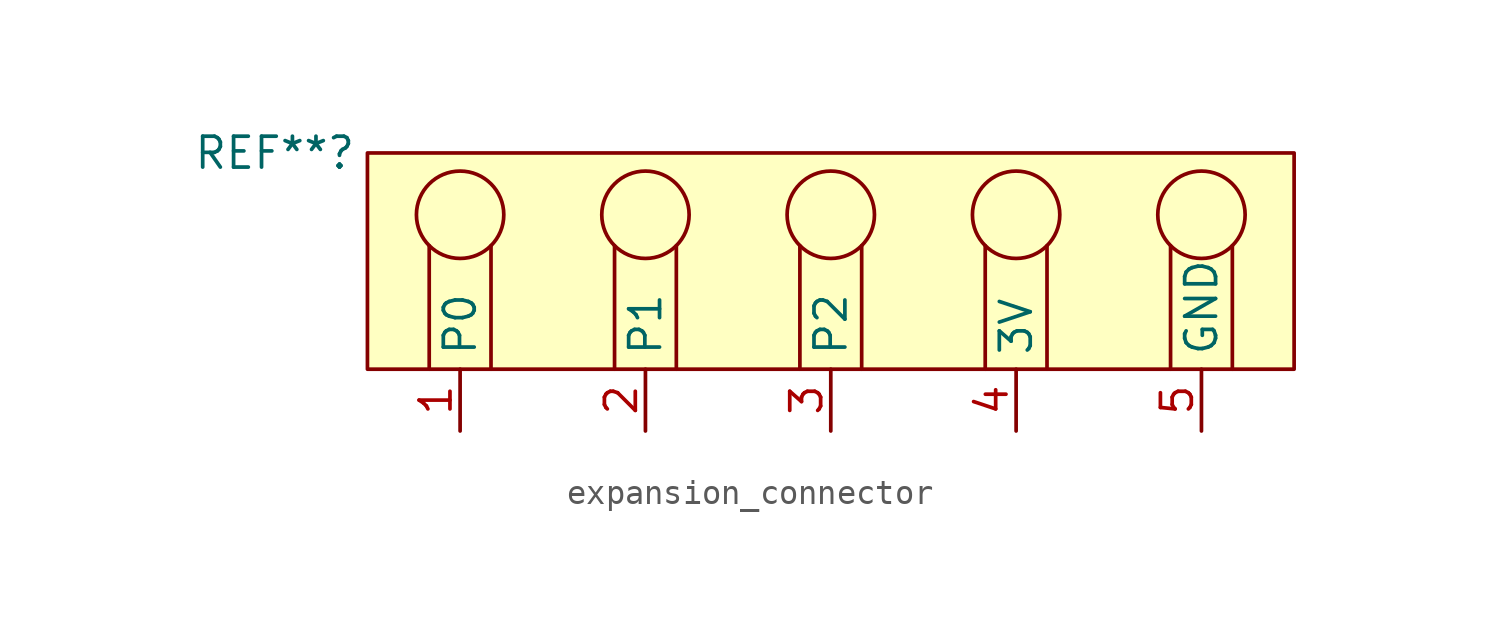
<source format=kicad_sym>
(kicad_symbol_lib
  (version 20220914)
  (generator kicad_symbol_editor)
  (symbol "expansion_connector"
    (property "Reference" "REF**"
      (at -22.86 5.08 0)
      (effects (font (size 1.27 1.27))))
    (property "Value" ""
      (at 0 1.27 0)
      (effects (font (size 1.27 1.27))))
    (symbol "expansion_connector_0_1"
      (circle (center -15.24 2.54) (radius 1.796) (stroke (width 0) (type default)) (fill (type none)))
      (circle (center -7.62 2.54) (radius 1.796) (stroke (width 0) (type default)) (fill (type none)))
      (polyline (pts (xy -16.51 -3.81) (xy -16.51 1.27)) (stroke (width 0) (type default)) (fill (type none)))
      (polyline (pts (xy -13.97 1.27) (xy -13.97 -3.81)) (stroke (width 0) (type default)) (fill (type none)))
      (polyline (pts (xy -8.89 -3.81) (xy -8.89 1.27)) (stroke (width 0) (type default)) (fill (type none)))
      (polyline (pts (xy -6.35 1.27) (xy -6.35 -3.81)) (stroke (width 0) (type default)) (fill (type none)))
      (polyline (pts (xy -1.27 -3.81) (xy -1.27 1.27)) (stroke (width 0) (type default)) (fill (type none)))
      (polyline (pts (xy 1.27 1.27) (xy 1.27 -3.81)) (stroke (width 0) (type default)) (fill (type none)))
      (polyline (pts (xy 6.35 1.27) (xy 6.35 -3.81)) (stroke (width 0) (type default)) (fill (type none)))
      (polyline (pts (xy 8.89 -3.81) (xy 8.89 1.27)) (stroke (width 0) (type default)) (fill (type none)))
      (polyline (pts (xy 13.97 1.27) (xy 13.97 -3.81)) (stroke (width 0) (type default)) (fill (type none)))
      (polyline (pts (xy 16.51 1.27) (xy 16.51 -3.81)) (stroke (width 0) (type default)) (fill (type none)))
      (circle (center 0 2.54) (radius 1.796) (stroke (width 0) (type default)) (fill (type none)))
      (circle (center 7.62 2.54) (radius 1.796) (stroke (width 0) (type default)) (fill (type none)))
      (circle (center 15.24 2.54) (radius 1.796) (stroke (width 0) (type default)) (fill (type none))))
    (symbol "expansion_connector_1_1"
      (rectangle (start -19.05 5.08) (end 19.05 -3.81) (stroke (width 0) (type solid)) (fill (type background)))
      (pin bidirectional line (at -15.24 -6.35 90) (length 2.54) (name "P0" (effects (font (size 1.27 1.27)))) (number "1" (effects (font (size 1.27 1.27)))))
      (pin bidirectional line (at -7.62 -6.35 90) (length 2.54) (name "P1" (effects (font (size 1.27 1.27)))) (number "2" (effects (font (size 1.27 1.27)))))
      (pin bidirectional line (at 0 -6.35 90) (length 2.54) (name "P2" (effects (font (size 1.27 1.27)))) (number "3" (effects (font (size 1.27 1.27)))))
      (pin power_out line (at 7.62 -6.35 90) (length 2.54) (name "3V" (effects (font (size 1.27 1.27)))) (number "4" (effects (font (size 1.27 1.27)))))
      (pin power_out line (at 15.24 -6.35 90) (length 2.54) (name "GND" (effects (font (size 1.27 1.27)))) (number "5" (effects (font (size 1.27 1.27))))))))
</source>
